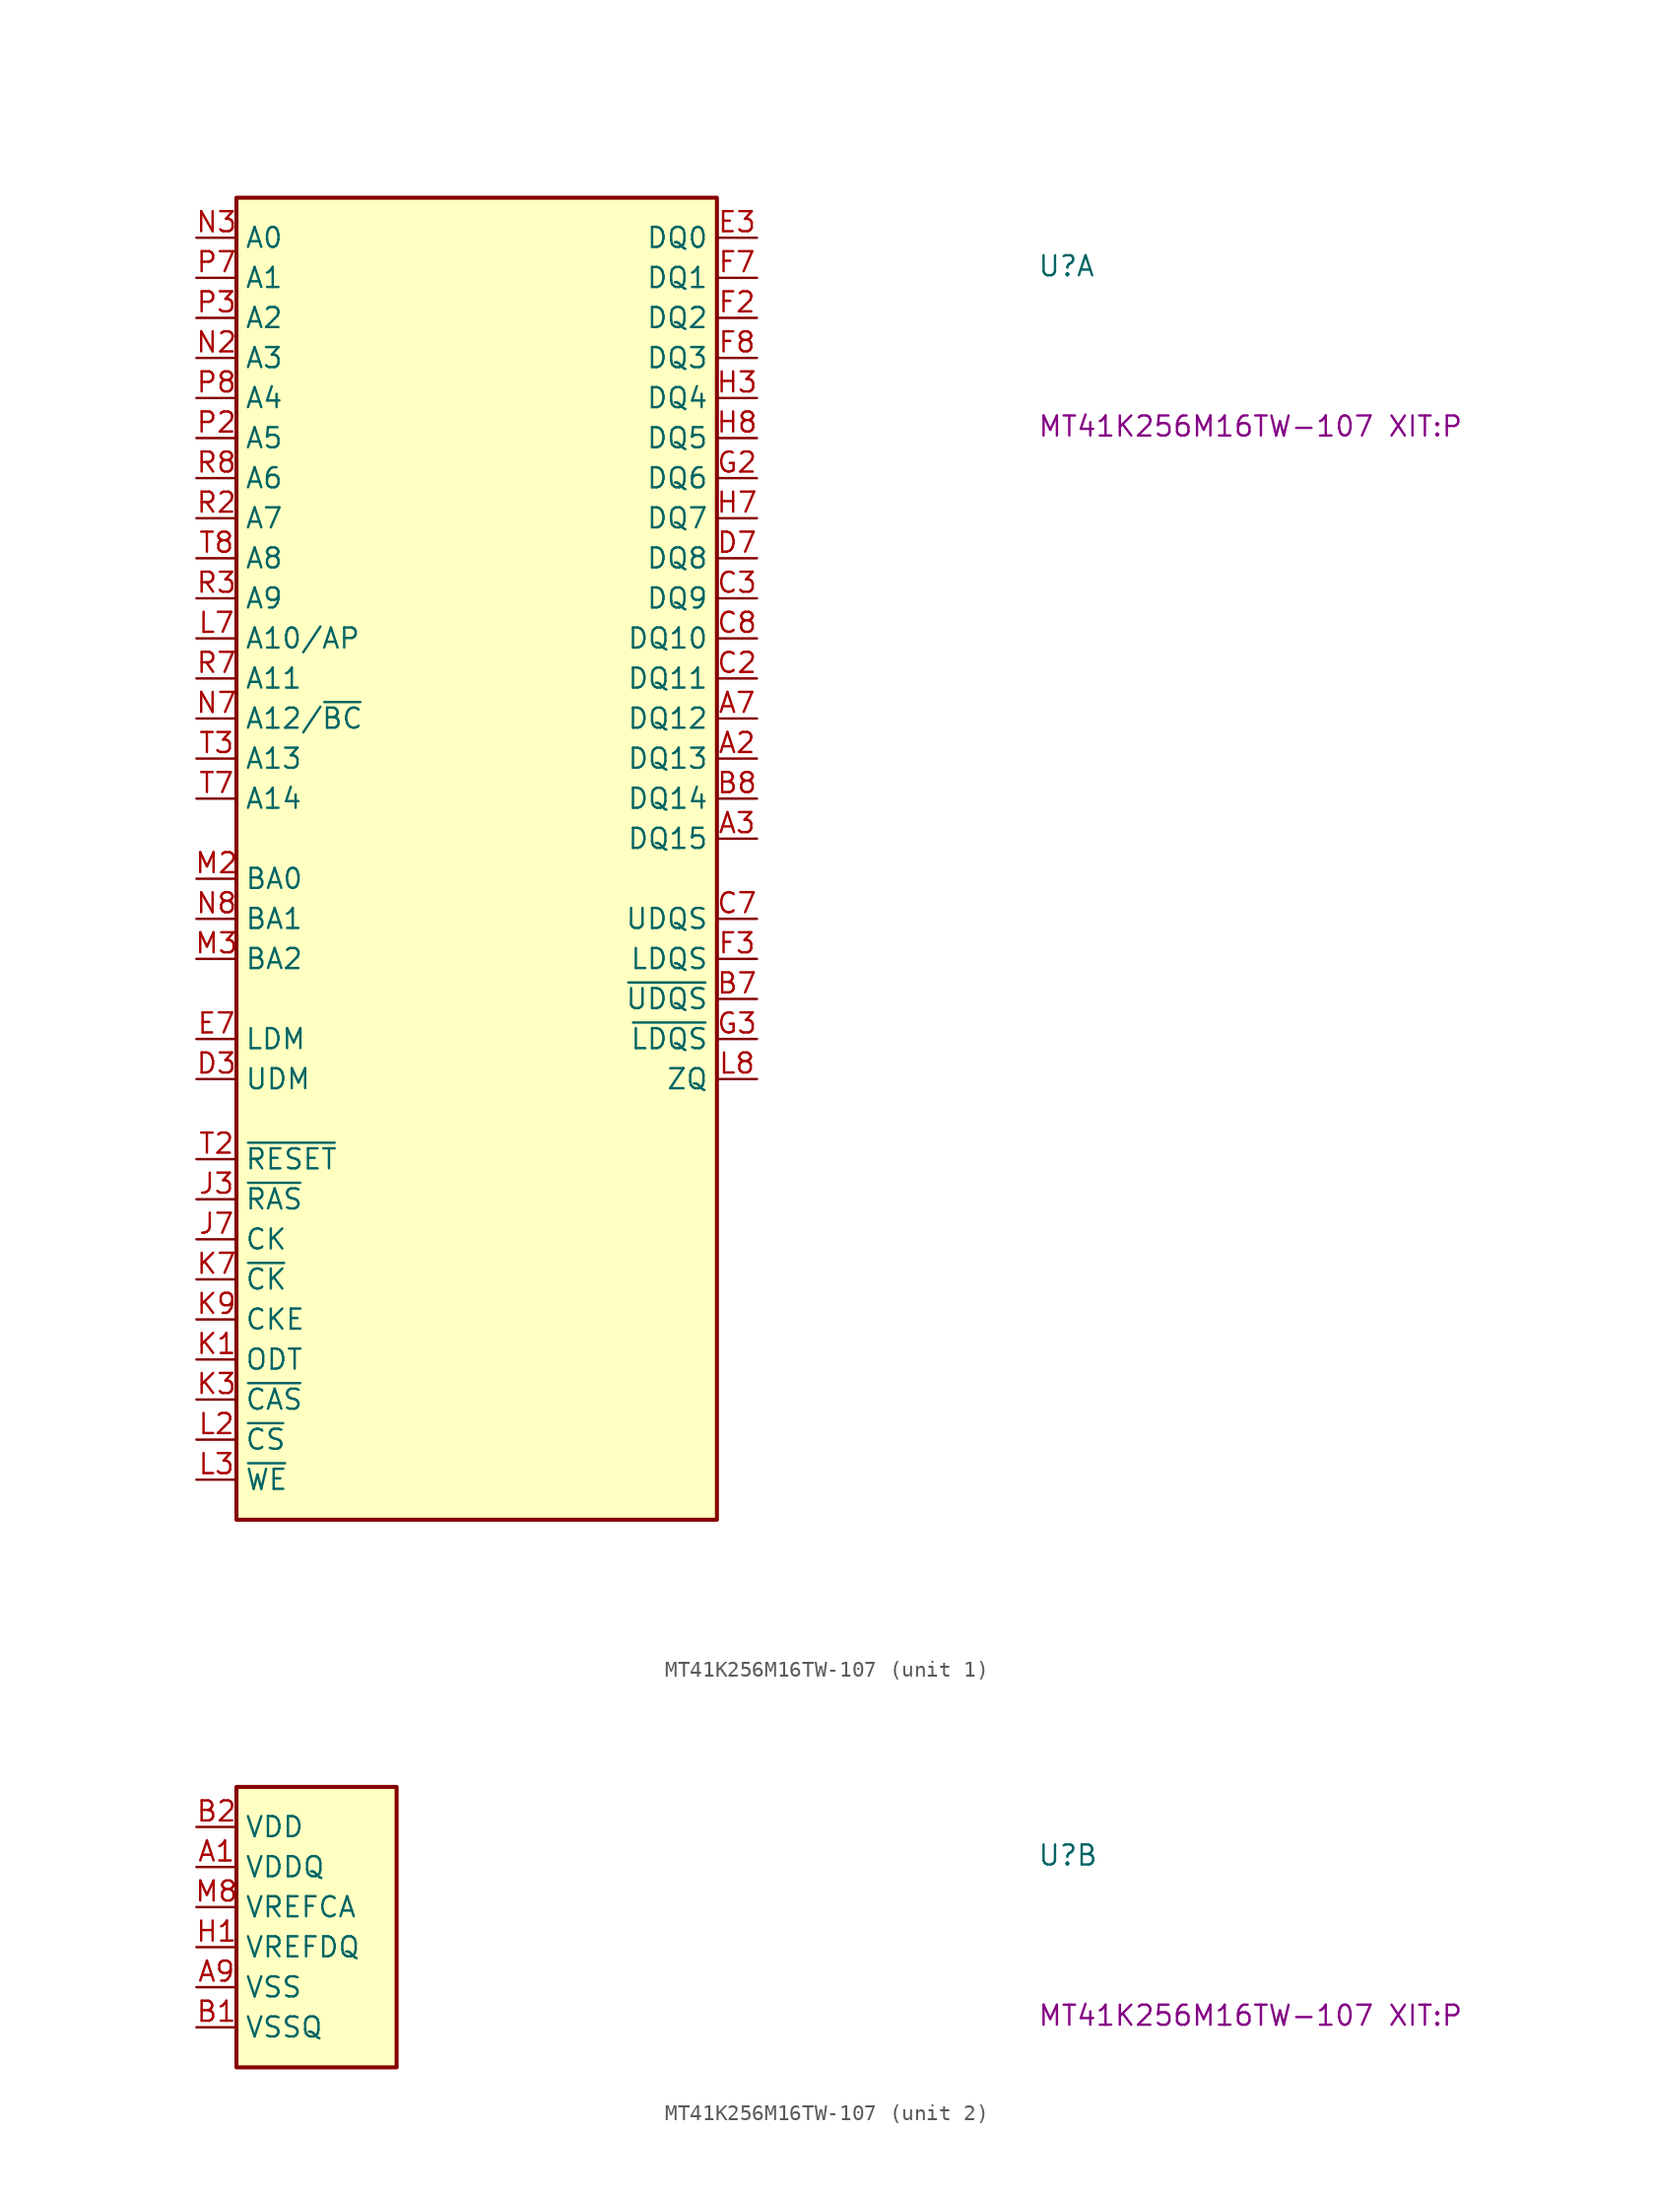
<source format=kicad_sym>
(kicad_symbol_lib
  (version 20220914)
  (generator kicad_symbol_editor)
  (symbol "MT41K256M16TW-107"
    (property "Reference" "U"
      (at 53.34 -2.54 0)
      (effects (font (size 1.27 1.27) (thickness 0.15)) (justify left bottom)))
    (property "MPN" "MT41K256M16TW-107 XIT:P"
      (at 53.34 -12.7 0)
      (effects (font (size 1.27 1.27) (thickness 0.15)) (justify left bottom)))
    (property "ki_locked" ""
      (at 0 0 0)
      (effects (font (size 1.27 1.27))))
    (symbol "MT41K256M16TW-107_1_1"
      (rectangle (start 2.54 2.54) (end 33.02 -81.28) (stroke (width 0.254) (type default)) (fill (type background)))
      (pin bidirectional line (at 35.56 -33.02 180) (length 2.54) (name "DQ13" (effects (font (size 1.27 1.27)))) (number "A2" (effects (font (size 1.27 1.27)))))
      (pin bidirectional line (at 35.56 -38.1 180) (length 2.54) (name "DQ15" (effects (font (size 1.27 1.27)))) (number "A3" (effects (font (size 1.27 1.27)))))
      (pin bidirectional line (at 35.56 -30.48 180) (length 2.54) (name "DQ12" (effects (font (size 1.27 1.27)))) (number "A7" (effects (font (size 1.27 1.27)))))
      (pin bidirectional line (at 35.56 -48.26 180) (length 2.54) (name "~{UDQS}" (effects (font (size 1.27 1.27)))) (number "B7" (effects (font (size 1.27 1.27)))))
      (pin bidirectional line (at 35.56 -35.56 180) (length 2.54) (name "DQ14" (effects (font (size 1.27 1.27)))) (number "B8" (effects (font (size 1.27 1.27)))))
      (pin bidirectional line (at 35.56 -27.94 180) (length 2.54) (name "DQ11" (effects (font (size 1.27 1.27)))) (number "C2" (effects (font (size 1.27 1.27)))))
      (pin bidirectional line (at 35.56 -22.86 180) (length 2.54) (name "DQ9" (effects (font (size 1.27 1.27)))) (number "C3" (effects (font (size 1.27 1.27)))))
      (pin bidirectional line (at 35.56 -43.18 180) (length 2.54) (name "UDQS" (effects (font (size 1.27 1.27)))) (number "C7" (effects (font (size 1.27 1.27)))))
      (pin bidirectional line (at 35.56 -25.4 180) (length 2.54) (name "DQ10" (effects (font (size 1.27 1.27)))) (number "C8" (effects (font (size 1.27 1.27)))))
      (pin input line (at 0 -53.34 0) (length 2.54) (name "UDM" (effects (font (size 1.27 1.27)))) (number "D3" (effects (font (size 1.27 1.27)))))
      (pin bidirectional line (at 35.56 -20.32 180) (length 2.54) (name "DQ8" (effects (font (size 1.27 1.27)))) (number "D7" (effects (font (size 1.27 1.27)))))
      (pin bidirectional line (at 35.56 0 180) (length 2.54) (name "DQ0" (effects (font (size 1.27 1.27)))) (number "E3" (effects (font (size 1.27 1.27)))))
      (pin input line (at 0 -50.8 0) (length 2.54) (name "LDM" (effects (font (size 1.27 1.27)))) (number "E7" (effects (font (size 1.27 1.27)))))
      (pin bidirectional line (at 35.56 -5.08 180) (length 2.54) (name "DQ2" (effects (font (size 1.27 1.27)))) (number "F2" (effects (font (size 1.27 1.27)))))
      (pin bidirectional line (at 35.56 -45.72 180) (length 2.54) (name "LDQS" (effects (font (size 1.27 1.27)))) (number "F3" (effects (font (size 1.27 1.27)))))
      (pin bidirectional line (at 35.56 -2.54 180) (length 2.54) (name "DQ1" (effects (font (size 1.27 1.27)))) (number "F7" (effects (font (size 1.27 1.27)))))
      (pin bidirectional line (at 35.56 -7.62 180) (length 2.54) (name "DQ3" (effects (font (size 1.27 1.27)))) (number "F8" (effects (font (size 1.27 1.27)))))
      (pin bidirectional line (at 35.56 -15.24 180) (length 2.54) (name "DQ6" (effects (font (size 1.27 1.27)))) (number "G2" (effects (font (size 1.27 1.27)))))
      (pin bidirectional line (at 35.56 -50.8 180) (length 2.54) (name "~{LDQS}" (effects (font (size 1.27 1.27)))) (number "G3" (effects (font (size 1.27 1.27)))))
      (pin bidirectional line (at 35.56 -10.16 180) (length 2.54) (name "DQ4" (effects (font (size 1.27 1.27)))) (number "H3" (effects (font (size 1.27 1.27)))))
      (pin bidirectional line (at 35.56 -17.78 180) (length 2.54) (name "DQ7" (effects (font (size 1.27 1.27)))) (number "H7" (effects (font (size 1.27 1.27)))))
      (pin bidirectional line (at 35.56 -12.7 180) (length 2.54) (name "DQ5" (effects (font (size 1.27 1.27)))) (number "H8" (effects (font (size 1.27 1.27)))))
      (pin no_connect line (at 33.02 -55.88 180) (length 2.54) hide (name "NC" (effects (font (size 1.27 1.27)))) (number "J1" (effects (font (size 1.27 1.27)))))
      (pin input line (at 0 -60.96 0) (length 2.54) (name "~{RAS}" (effects (font (size 1.27 1.27)))) (number "J3" (effects (font (size 1.27 1.27)))))
      (pin input line (at 0 -63.5 0) (length 2.54) (name "CK" (effects (font (size 1.27 1.27)))) (number "J7" (effects (font (size 1.27 1.27)))))
      (pin no_connect line (at 33.02 -58.42 180) (length 2.54) hide (name "NC" (effects (font (size 1.27 1.27)))) (number "J9" (effects (font (size 1.27 1.27)))))
      (pin input line (at 0 -71.12 0) (length 2.54) (name "ODT" (effects (font (size 1.27 1.27)))) (number "K1" (effects (font (size 1.27 1.27)))))
      (pin input line (at 0 -73.66 0) (length 2.54) (name "~{CAS}" (effects (font (size 1.27 1.27)))) (number "K3" (effects (font (size 1.27 1.27)))))
      (pin input line (at 0 -66.04 0) (length 2.54) (name "~{CK}" (effects (font (size 1.27 1.27)))) (number "K7" (effects (font (size 1.27 1.27)))))
      (pin input line (at 0 -68.58 0) (length 2.54) (name "CKE" (effects (font (size 1.27 1.27)))) (number "K9" (effects (font (size 1.27 1.27)))))
      (pin no_connect line (at 33.02 -60.96 180) (length 2.54) hide (name "NC" (effects (font (size 1.27 1.27)))) (number "L1" (effects (font (size 1.27 1.27)))))
      (pin input line (at 0 -76.2 0) (length 2.54) (name "~{CS}" (effects (font (size 1.27 1.27)))) (number "L2" (effects (font (size 1.27 1.27)))))
      (pin input line (at 0 -78.74 0) (length 2.54) (name "~{WE}" (effects (font (size 1.27 1.27)))) (number "L3" (effects (font (size 1.27 1.27)))))
      (pin input line (at 0 -25.4 0) (length 2.54) (name "A10/AP" (effects (font (size 1.27 1.27)))) (number "L7" (effects (font (size 1.27 1.27)))))
      (pin passive line (at 35.56 -53.34 180) (length 2.54) (name "ZQ" (effects (font (size 1.27 1.27)))) (number "L8" (effects (font (size 1.27 1.27)))))
      (pin no_connect line (at 33.02 -63.5 180) (length 2.54) hide (name "NC" (effects (font (size 1.27 1.27)))) (number "L9" (effects (font (size 1.27 1.27)))))
      (pin input line (at 0 -40.64 0) (length 2.54) (name "BA0" (effects (font (size 1.27 1.27)))) (number "M2" (effects (font (size 1.27 1.27)))))
      (pin input line (at 0 -45.72 0) (length 2.54) (name "BA2" (effects (font (size 1.27 1.27)))) (number "M3" (effects (font (size 1.27 1.27)))))
      (pin no_connect line (at 33.02 -66.04 180) (length 2.54) hide (name "NC" (effects (font (size 1.27 1.27)))) (number "M7" (effects (font (size 1.27 1.27)))))
      (pin input line (at 0 -7.62 0) (length 2.54) (name "A3" (effects (font (size 1.27 1.27)))) (number "N2" (effects (font (size 1.27 1.27)))))
      (pin input line (at 0 0 0) (length 2.54) (name "A0" (effects (font (size 1.27 1.27)))) (number "N3" (effects (font (size 1.27 1.27)))))
      (pin input line (at 0 -30.48 0) (length 2.54) (name "A12/~{BC}" (effects (font (size 1.27 1.27)))) (number "N7" (effects (font (size 1.27 1.27)))))
      (pin input line (at 0 -43.18 0) (length 2.54) (name "BA1" (effects (font (size 1.27 1.27)))) (number "N8" (effects (font (size 1.27 1.27)))))
      (pin input line (at 0 -12.7 0) (length 2.54) (name "A5" (effects (font (size 1.27 1.27)))) (number "P2" (effects (font (size 1.27 1.27)))))
      (pin input line (at 0 -5.08 0) (length 2.54) (name "A2" (effects (font (size 1.27 1.27)))) (number "P3" (effects (font (size 1.27 1.27)))))
      (pin input line (at 0 -2.54 0) (length 2.54) (name "A1" (effects (font (size 1.27 1.27)))) (number "P7" (effects (font (size 1.27 1.27)))))
      (pin input line (at 0 -10.16 0) (length 2.54) (name "A4" (effects (font (size 1.27 1.27)))) (number "P8" (effects (font (size 1.27 1.27)))))
      (pin input line (at 0 -17.78 0) (length 2.54) (name "A7" (effects (font (size 1.27 1.27)))) (number "R2" (effects (font (size 1.27 1.27)))))
      (pin input line (at 0 -22.86 0) (length 2.54) (name "A9" (effects (font (size 1.27 1.27)))) (number "R3" (effects (font (size 1.27 1.27)))))
      (pin input line (at 0 -27.94 0) (length 2.54) (name "A11" (effects (font (size 1.27 1.27)))) (number "R7" (effects (font (size 1.27 1.27)))))
      (pin input line (at 0 -15.24 0) (length 2.54) (name "A6" (effects (font (size 1.27 1.27)))) (number "R8" (effects (font (size 1.27 1.27)))))
      (pin input line (at 0 -58.42 0) (length 2.54) (name "~{RESET}" (effects (font (size 1.27 1.27)))) (number "T2" (effects (font (size 1.27 1.27)))))
      (pin input line (at 0 -33.02 0) (length 2.54) (name "A13" (effects (font (size 1.27 1.27)))) (number "T3" (effects (font (size 1.27 1.27)))))
      (pin input line (at 0 -35.56 0) (length 2.54) (name "A14" (effects (font (size 1.27 1.27)))) (number "T7" (effects (font (size 1.27 1.27)))))
      (pin input line (at 0 -20.32 0) (length 2.54) (name "A8" (effects (font (size 1.27 1.27)))) (number "T8" (effects (font (size 1.27 1.27))))))
    (symbol "MT41K256M16TW-107_2_1"
      (rectangle (start 2.54 2.54) (end 12.7 -15.24) (stroke (width 0.254) (type default)) (fill (type background)))
      (pin power_in line (at 0 -2.54 0) (length 2.54) (name "VDDQ" (effects (font (size 1.27 1.27)))) (number "A1" (effects (font (size 1.27 1.27)))))
      (pin passive line (at 0 -2.54 0) (length 2.54) hide (name "VDDQ" (effects (font (size 1.27 1.27)))) (number "A8" (effects (font (size 1.27 1.27)))))
      (pin power_in line (at 0 -10.16 0) (length 2.54) (name "VSS" (effects (font (size 1.27 1.27)))) (number "A9" (effects (font (size 1.27 1.27)))))
      (pin power_in line (at 0 -12.7 0) (length 2.54) (name "VSSQ" (effects (font (size 1.27 1.27)))) (number "B1" (effects (font (size 1.27 1.27)))))
      (pin power_in line (at 0 0 0) (length 2.54) (name "VDD" (effects (font (size 1.27 1.27)))) (number "B2" (effects (font (size 1.27 1.27)))))
      (pin passive line (at 0 -10.16 0) (length 2.54) hide (name "VSS" (effects (font (size 1.27 1.27)))) (number "B3" (effects (font (size 1.27 1.27)))))
      (pin passive line (at 0 -12.7 0) (length 2.54) hide (name "VSSQ" (effects (font (size 1.27 1.27)))) (number "B9" (effects (font (size 1.27 1.27)))))
      (pin passive line (at 0 -2.54 0) (length 2.54) hide (name "VDDQ" (effects (font (size 1.27 1.27)))) (number "C1" (effects (font (size 1.27 1.27)))))
      (pin passive line (at 0 -2.54 0) (length 2.54) hide (name "VDDQ" (effects (font (size 1.27 1.27)))) (number "C9" (effects (font (size 1.27 1.27)))))
      (pin passive line (at 0 -12.7 0) (length 2.54) hide (name "VSSQ" (effects (font (size 1.27 1.27)))) (number "D1" (effects (font (size 1.27 1.27)))))
      (pin passive line (at 0 -2.54 0) (length 2.54) hide (name "VDDQ" (effects (font (size 1.27 1.27)))) (number "D2" (effects (font (size 1.27 1.27)))))
      (pin passive line (at 0 -12.7 0) (length 2.54) hide (name "VSSQ" (effects (font (size 1.27 1.27)))) (number "D8" (effects (font (size 1.27 1.27)))))
      (pin passive line (at 0 0 0) (length 2.54) hide (name "VDD" (effects (font (size 1.27 1.27)))) (number "D9" (effects (font (size 1.27 1.27)))))
      (pin passive line (at 0 -10.16 0) (length 2.54) hide (name "VSS" (effects (font (size 1.27 1.27)))) (number "E1" (effects (font (size 1.27 1.27)))))
      (pin passive line (at 0 -12.7 0) (length 2.54) hide (name "VSSQ" (effects (font (size 1.27 1.27)))) (number "E2" (effects (font (size 1.27 1.27)))))
      (pin passive line (at 0 -12.7 0) (length 2.54) hide (name "VSSQ" (effects (font (size 1.27 1.27)))) (number "E8" (effects (font (size 1.27 1.27)))))
      (pin passive line (at 0 0 0) (length 2.54) hide (name "VDD" (effects (font (size 1.27 1.27)))) (number "E9" (effects (font (size 1.27 1.27)))))
      (pin passive line (at 0 -2.54 0) (length 2.54) hide (name "VDDQ" (effects (font (size 1.27 1.27)))) (number "F1" (effects (font (size 1.27 1.27)))))
      (pin passive line (at 0 -12.7 0) (length 2.54) hide (name "VSSQ" (effects (font (size 1.27 1.27)))) (number "F9" (effects (font (size 1.27 1.27)))))
      (pin passive line (at 0 -12.7 0) (length 2.54) hide (name "VSSQ" (effects (font (size 1.27 1.27)))) (number "G1" (effects (font (size 1.27 1.27)))))
      (pin passive line (at 0 0 0) (length 2.54) hide (name "VDD" (effects (font (size 1.27 1.27)))) (number "G7" (effects (font (size 1.27 1.27)))))
      (pin passive line (at 0 -10.16 0) (length 2.54) hide (name "VSS" (effects (font (size 1.27 1.27)))) (number "G8" (effects (font (size 1.27 1.27)))))
      (pin passive line (at 0 -12.7 0) (length 2.54) hide (name "VSSQ" (effects (font (size 1.27 1.27)))) (number "G9" (effects (font (size 1.27 1.27)))))
      (pin power_in line (at 0 -7.62 0) (length 2.54) (name "VREFDQ" (effects (font (size 1.27 1.27)))) (number "H1" (effects (font (size 1.27 1.27)))))
      (pin passive line (at 0 -2.54 0) (length 2.54) hide (name "VDDQ" (effects (font (size 1.27 1.27)))) (number "H2" (effects (font (size 1.27 1.27)))))
      (pin passive line (at 0 -2.54 0) (length 2.54) hide (name "VDDQ" (effects (font (size 1.27 1.27)))) (number "H9" (effects (font (size 1.27 1.27)))))
      (pin passive line (at 0 -10.16 0) (length 2.54) hide (name "VSS" (effects (font (size 1.27 1.27)))) (number "J2" (effects (font (size 1.27 1.27)))))
      (pin passive line (at 0 -10.16 0) (length 2.54) hide (name "VSS" (effects (font (size 1.27 1.27)))) (number "J8" (effects (font (size 1.27 1.27)))))
      (pin passive line (at 0 0 0) (length 2.54) hide (name "VDD" (effects (font (size 1.27 1.27)))) (number "K2" (effects (font (size 1.27 1.27)))))
      (pin passive line (at 0 0 0) (length 2.54) hide (name "VDD" (effects (font (size 1.27 1.27)))) (number "K8" (effects (font (size 1.27 1.27)))))
      (pin passive line (at 0 -10.16 0) (length 2.54) hide (name "VSS" (effects (font (size 1.27 1.27)))) (number "M1" (effects (font (size 1.27 1.27)))))
      (pin power_in line (at 0 -5.08 0) (length 2.54) (name "VREFCA" (effects (font (size 1.27 1.27)))) (number "M8" (effects (font (size 1.27 1.27)))))
      (pin passive line (at 0 -10.16 0) (length 2.54) hide (name "VSS" (effects (font (size 1.27 1.27)))) (number "M9" (effects (font (size 1.27 1.27)))))
      (pin passive line (at 0 0 0) (length 2.54) hide (name "VDD" (effects (font (size 1.27 1.27)))) (number "N1" (effects (font (size 1.27 1.27)))))
      (pin passive line (at 0 0 0) (length 2.54) hide (name "VDD" (effects (font (size 1.27 1.27)))) (number "N9" (effects (font (size 1.27 1.27)))))
      (pin passive line (at 0 -10.16 0) (length 2.54) hide (name "VSS" (effects (font (size 1.27 1.27)))) (number "P1" (effects (font (size 1.27 1.27)))))
      (pin passive line (at 0 -10.16 0) (length 2.54) hide (name "VSS" (effects (font (size 1.27 1.27)))) (number "P9" (effects (font (size 1.27 1.27)))))
      (pin passive line (at 0 0 0) (length 2.54) hide (name "VDD" (effects (font (size 1.27 1.27)))) (number "R1" (effects (font (size 1.27 1.27)))))
      (pin passive line (at 0 0 0) (length 2.54) hide (name "VDD" (effects (font (size 1.27 1.27)))) (number "R9" (effects (font (size 1.27 1.27)))))
      (pin passive line (at 0 -10.16 0) (length 2.54) hide (name "VSS" (effects (font (size 1.27 1.27)))) (number "T1" (effects (font (size 1.27 1.27)))))
      (pin passive line (at 0 -10.16 0) (length 2.54) hide (name "VSS" (effects (font (size 1.27 1.27)))) (number "T9" (effects (font (size 1.27 1.27))))))))
</source>
